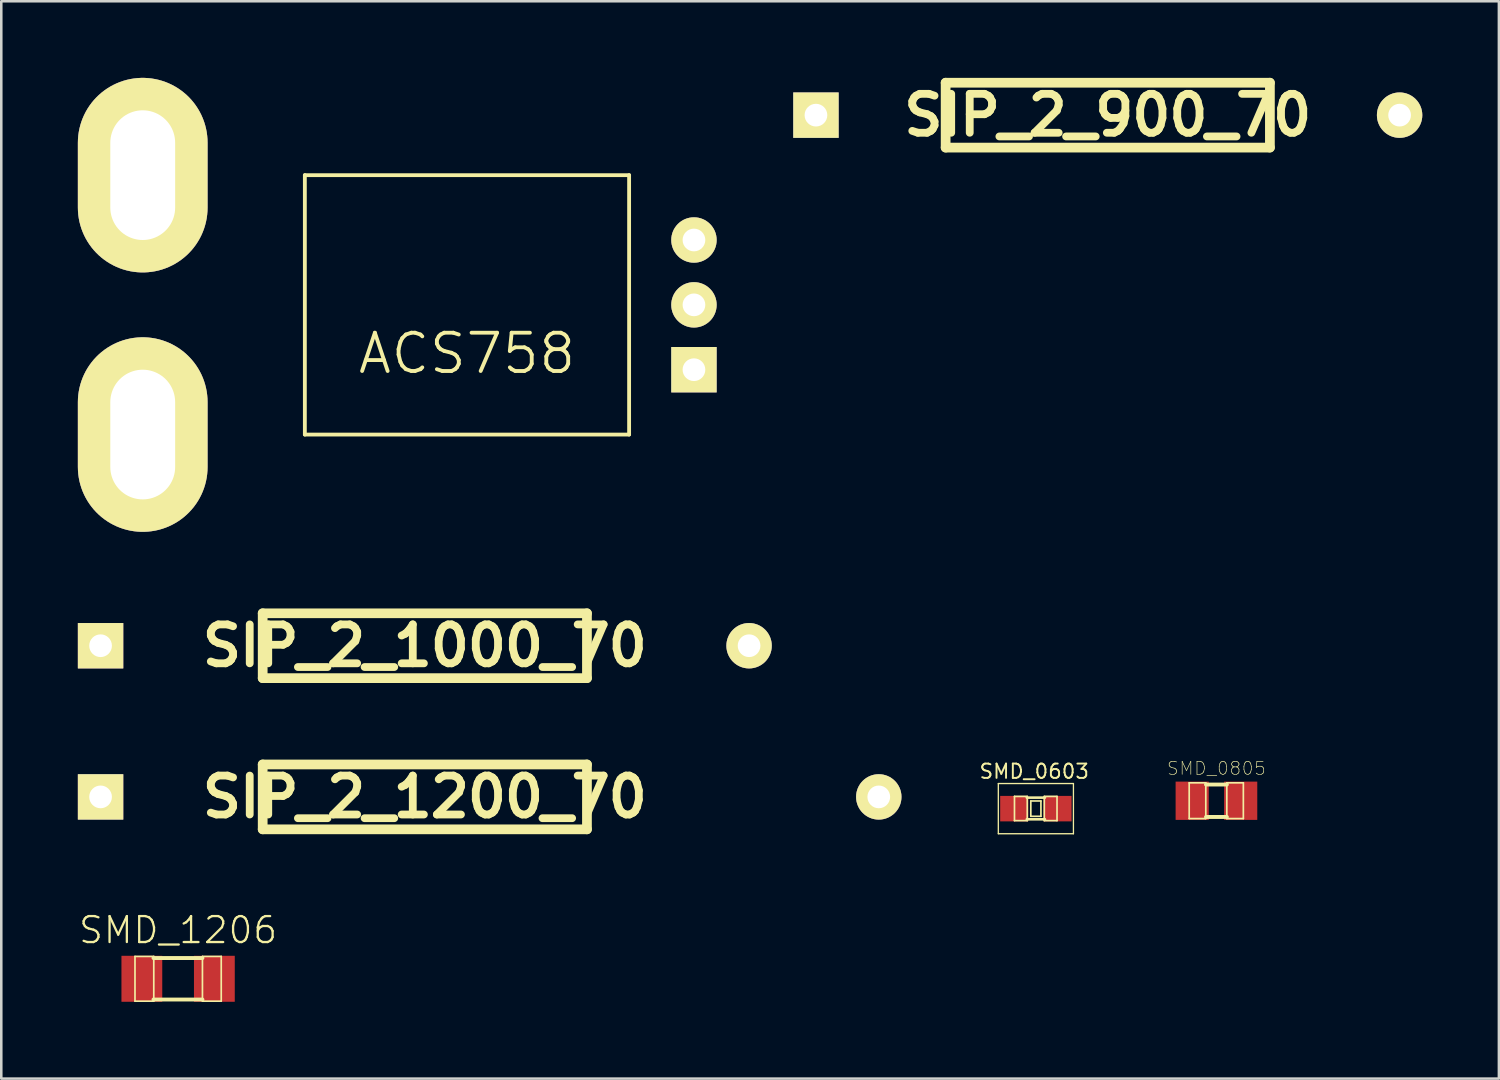
<source format=kicad_pcb>
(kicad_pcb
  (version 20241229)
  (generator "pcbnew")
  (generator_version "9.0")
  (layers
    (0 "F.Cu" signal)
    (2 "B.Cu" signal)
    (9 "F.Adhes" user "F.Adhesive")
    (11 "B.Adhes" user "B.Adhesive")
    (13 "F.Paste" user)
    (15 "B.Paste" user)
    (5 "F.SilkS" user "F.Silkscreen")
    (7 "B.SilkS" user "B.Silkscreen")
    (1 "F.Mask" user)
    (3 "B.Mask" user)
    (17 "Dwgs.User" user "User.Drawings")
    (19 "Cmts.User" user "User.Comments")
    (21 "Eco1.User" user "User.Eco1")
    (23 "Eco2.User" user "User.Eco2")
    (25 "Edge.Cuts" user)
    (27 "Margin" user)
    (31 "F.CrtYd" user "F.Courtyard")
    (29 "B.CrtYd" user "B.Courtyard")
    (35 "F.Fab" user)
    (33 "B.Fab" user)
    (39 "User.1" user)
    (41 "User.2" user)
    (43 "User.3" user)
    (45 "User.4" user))
  (footprint "SMD_0603"
    (layer "F.Cu")
    (at 37.522 28.622)
    (property "Reference" "SMD_0603" (at -0.064 -1.46 0) (layer "F.SilkS") (effects (font (size 0.559 0.559) (thickness 0.076))))
    (attr smd)
    (fp_line (start -1.471 -0.983) (end 1.471 -0.983) (stroke (width 0.051) (type solid)) (layer "F.SilkS"))
    (fp_line (start -1.471 0.983) (end -1.471 -0.983) (stroke (width 0.051) (type solid)) (layer "F.SilkS"))
    (fp_line (start -0.838 -0.48) (end -0.338 -0.48) (stroke (width 0.066) (type solid)) (layer "F.SilkS"))
    (fp_line (start -0.838 0.47) (end -0.838 -0.48) (stroke (width 0.066) (type solid)) (layer "F.SilkS"))
    (fp_line (start -0.838 0.47) (end -0.338 0.47) (stroke (width 0.066) (type solid)) (layer "F.SilkS"))
    (fp_line (start -0.356 -0.432) (end 0.356 -0.432) (stroke (width 0.102) (type solid)) (layer "F.SilkS"))
    (fp_line (start -0.356 0.417) (end 0.356 0.417) (stroke (width 0.102) (type solid)) (layer "F.SilkS"))
    (fp_line (start -0.338 0.47) (end -0.338 -0.48) (stroke (width 0.066) (type solid)) (layer "F.SilkS"))
    (fp_line (start -0.198 -0.3) (end 0.198 -0.3) (stroke (width 0.066) (type solid)) (layer "F.SilkS"))
    (fp_line (start -0.198 0.3) (end -0.198 -0.3) (stroke (width 0.066) (type solid)) (layer "F.SilkS"))
    (fp_line (start -0.198 0.3) (end 0.198 0.3) (stroke (width 0.066) (type solid)) (layer "F.SilkS"))
    (fp_line (start 0.198 0.3) (end 0.198 -0.3) (stroke (width 0.066) (type solid)) (layer "F.SilkS"))
    (fp_line (start 0.33 -0.48) (end 0.828 -0.48) (stroke (width 0.066) (type solid)) (layer "F.SilkS"))
    (fp_line (start 0.33 0.47) (end 0.33 -0.48) (stroke (width 0.066) (type solid)) (layer "F.SilkS"))
    (fp_line (start 0.33 0.47) (end 0.828 0.47) (stroke (width 0.066) (type solid)) (layer "F.SilkS"))
    (fp_line (start 0.828 0.47) (end 0.828 -0.48) (stroke (width 0.066) (type solid)) (layer "F.SilkS"))
    (fp_line (start 1.471 -0.983) (end 1.471 0.983) (stroke (width 0.051) (type solid)) (layer "F.SilkS"))
    (fp_line (start 1.471 0.983) (end -1.471 0.983) (stroke (width 0.051) (type solid)) (layer "F.SilkS"))
    (pad "1" smd rect (at -0.848 0) (size 1.1 0.998) (layers "F.Cu" "F.Mask" "F.Paste"))
    (pad "2" smd rect (at 0.848 0) (size 1.1 0.998) (layers "F.Cu" "F.Mask" "F.Paste")))
  (footprint "SIP_2_1000_70"
    (layer "F.Cu")
    (at 0.889 22.241)
    (property "Reference" "SIP_2_1000_70" (at 12.7 0 0) (layer "F.SilkS") (effects (font (size 1.524 1.524) (thickness 0.305))))
    (attr through_hole)
    (fp_line (start 6.35 -1.27) (end 6.35 1.27) (stroke (width 0.381) (type solid)) (layer "F.SilkS"))
    (fp_line (start 6.35 -1.27) (end 19.05 -1.27) (stroke (width 0.381) (type solid)) (layer "F.SilkS"))
    (fp_line (start 6.35 1.27) (end 19.05 1.27) (stroke (width 0.381) (type solid)) (layer "F.SilkS"))
    (fp_line (start 19.05 1.27) (end 19.05 -1.27) (stroke (width 0.381) (type solid)) (layer "F.SilkS"))
    (pad "1" thru_hole rect (at 0 0) (size 1.778 1.778) (drill 0.889) (layers "*.Cu" "*.Mask" "F.SilkS"))
    (pad "2" thru_hole circle (at 25.4 0) (size 1.778 1.778) (drill 0.889) (layers "*.Cu" "*.Mask" "F.SilkS")))
  (footprint "SMD_1206"
    (layer "F.Cu")
    (at 3.926 35.286)
    (property "Reference" "SMD_1206" (at 0 -1.905 0) (layer "F.SilkS") (effects (font (size 1.016 1.016) (thickness 0.089))))
    (attr smd)
    (fp_line (start -1.689 -0.876) (end -0.953 -0.876) (stroke (width 0.066) (type solid)) (layer "F.SilkS"))
    (fp_line (start -1.689 0.876) (end -1.689 -0.876) (stroke (width 0.066) (type solid)) (layer "F.SilkS"))
    (fp_line (start -1.689 0.876) (end -0.953 0.876) (stroke (width 0.066) (type solid)) (layer "F.SilkS"))
    (fp_line (start -0.953 0.876) (end -0.953 -0.876) (stroke (width 0.066) (type solid)) (layer "F.SilkS"))
    (fp_line (start 0.953 -0.876) (end 1.689 -0.876) (stroke (width 0.066) (type solid)) (layer "F.SilkS"))
    (fp_line (start 0.953 -0.813) (end -0.965 -0.813) (stroke (width 0.152) (type solid)) (layer "F.SilkS"))
    (fp_line (start 0.953 0.813) (end -0.965 0.813) (stroke (width 0.152) (type solid)) (layer "F.SilkS"))
    (fp_line (start 0.953 0.876) (end 0.953 -0.876) (stroke (width 0.066) (type solid)) (layer "F.SilkS"))
    (fp_line (start 0.953 0.876) (end 1.689 0.876) (stroke (width 0.066) (type solid)) (layer "F.SilkS"))
    (fp_line (start 1.689 0.876) (end 1.689 -0.876) (stroke (width 0.066) (type solid)) (layer "F.SilkS"))
    (pad "1" smd rect (at -1.42 0) (size 1.598 1.801) (layers "F.Cu" "F.Mask" "F.Paste"))
    (pad "2" smd rect (at 1.42 0) (size 1.598 1.801) (layers "F.Cu" "F.Mask" "F.Paste")))
  (footprint "ACS758"
    (layer "F.Cu")
    (at 24.13 11.43)
    (property "Reference" "ACS758" (at -8.89 -0.635 0) (layer "F.SilkS") (effects (font (size 1.5 1.5) (thickness 0.15))))
    (attr through_hole)
    (fp_line (start -15.24 -7.62) (end -15.24 2.54) (stroke (width 0.15) (type solid)) (layer "F.SilkS"))
    (fp_line (start -15.24 2.54) (end -2.54 2.54) (stroke (width 0.15) (type solid)) (layer "F.SilkS"))
    (fp_line (start -2.54 -7.62) (end -15.24 -7.62) (stroke (width 0.15) (type solid)) (layer "F.SilkS"))
    (fp_line (start -2.54 2.54) (end -2.54 -7.62) (stroke (width 0.15) (type solid)) (layer "F.SilkS"))
    (pad "1" thru_hole rect (at 0 0) (size 1.778 1.778) (drill 0.889) (layers "*.Cu" "*.Mask" "F.SilkS"))
    (pad "2" thru_hole circle (at 0 -2.54) (size 1.778 1.778) (drill 0.889) (layers "*.Cu" "*.Mask" "F.SilkS"))
    (pad "3" thru_hole circle (at 0 -5.08) (size 1.778 1.778) (drill 0.889) (layers "*.Cu" "*.Mask" "F.SilkS"))
    (pad "4" thru_hole oval (at -21.59 -7.62) (size 5.08 7.62) (drill oval 2.54 5.08) (layers "*.Cu" "*.Mask" "F.SilkS"))
    (pad "5" thru_hole oval (at -21.59 2.54) (size 5.08 7.62) (drill oval 2.54 5.08) (layers "*.Cu" "*.Mask" "F.SilkS")))
  (footprint "SIP_2_1200_70"
    (layer "F.Cu")
    (at 0.889 28.162)
    (property "Reference" "SIP_2_1200_70" (at 12.7 0 0) (layer "F.SilkS") (effects (font (size 1.524 1.524) (thickness 0.305))))
    (attr through_hole)
    (fp_line (start 6.35 -1.27) (end 6.35 1.27) (stroke (width 0.381) (type solid)) (layer "F.SilkS"))
    (fp_line (start 6.35 -1.27) (end 19.05 -1.27) (stroke (width 0.381) (type solid)) (layer "F.SilkS"))
    (fp_line (start 6.35 1.27) (end 19.05 1.27) (stroke (width 0.381) (type solid)) (layer "F.SilkS"))
    (fp_line (start 19.05 1.27) (end 19.05 -1.27) (stroke (width 0.381) (type solid)) (layer "F.SilkS"))
    (pad "1" thru_hole rect (at 0 0) (size 1.778 1.778) (drill 0.889) (layers "*.Cu" "*.Mask" "F.SilkS"))
    (pad "2" thru_hole circle (at 30.48 0) (size 1.778 1.778) (drill 0.889) (layers "*.Cu" "*.Mask" "F.SilkS")))
  (footprint "SMD_0805"
    (layer "F.Cu")
    (at 44.594 28.313)
    (property "Reference" "SMD_0805" (at 0 -1.27 0) (layer "F.SilkS") (effects (font (size 0.508 0.508) (thickness 0.025))))
    (attr smd)
    (fp_line (start -1.067 -0.701) (end -0.417 -0.701) (stroke (width 0.066) (type solid)) (layer "F.SilkS"))
    (fp_line (start -1.067 0.699) (end -1.067 -0.701) (stroke (width 0.066) (type solid)) (layer "F.SilkS"))
    (fp_line (start -1.067 0.699) (end -0.417 0.699) (stroke (width 0.066) (type solid)) (layer "F.SilkS"))
    (fp_line (start -0.417 0.699) (end -0.417 -0.701) (stroke (width 0.066) (type solid)) (layer "F.SilkS"))
    (fp_line (start -0.409 -0.635) (end 0.409 -0.635) (stroke (width 0.152) (type solid)) (layer "F.SilkS"))
    (fp_line (start -0.409 0.635) (end 0.409 0.635) (stroke (width 0.152) (type solid)) (layer "F.SilkS"))
    (fp_line (start 0.406 -0.701) (end 1.054 -0.701) (stroke (width 0.066) (type solid)) (layer "F.SilkS"))
    (fp_line (start 0.406 0.699) (end 0.406 -0.701) (stroke (width 0.066) (type solid)) (layer "F.SilkS"))
    (fp_line (start 0.406 0.699) (end 1.054 0.699) (stroke (width 0.066) (type solid)) (layer "F.SilkS"))
    (fp_line (start 1.054 0.699) (end 1.054 -0.701) (stroke (width 0.066) (type solid)) (layer "F.SilkS"))
    (pad "1" smd rect (at -0.95 0) (size 1.298 1.499) (layers "F.Cu" "F.Mask" "F.Paste"))
    (pad "2" smd rect (at 0.95 0) (size 1.298 1.499) (layers "F.Cu" "F.Mask" "F.Paste")))
  (footprint "SIP_2_900_70"
    (layer "F.Cu")
    (at 28.908 1.46)
    (property "Reference" "SIP_2_900_70" (at 11.43 0 0) (layer "F.SilkS") (effects (font (size 1.524 1.524) (thickness 0.305))))
    (attr through_hole)
    (fp_line (start 5.08 -1.27) (end 5.08 1.27) (stroke (width 0.381) (type solid)) (layer "F.SilkS"))
    (fp_line (start 5.08 -1.27) (end 17.78 -1.27) (stroke (width 0.381) (type solid)) (layer "F.SilkS"))
    (fp_line (start 5.08 1.27) (end 17.78 1.27) (stroke (width 0.381) (type solid)) (layer "F.SilkS"))
    (fp_line (start 17.78 1.27) (end 17.78 -1.27) (stroke (width 0.381) (type solid)) (layer "F.SilkS"))
    (pad "1" thru_hole rect (at 0 0) (size 1.778 1.778) (drill 0.889) (layers "*.Cu" "*.Mask" "F.SilkS"))
    (pad "2" thru_hole circle (at 22.86 0) (size 1.778 1.778) (drill 0.889) (layers "*.Cu" "*.Mask" "F.SilkS")))
  (gr_rect
    (start -3 -3)
    (end 55.657 39.195)
    (stroke (width 0.1) (type default))
    (fill no)
    (layer "Edge.Cuts")))
</source>
